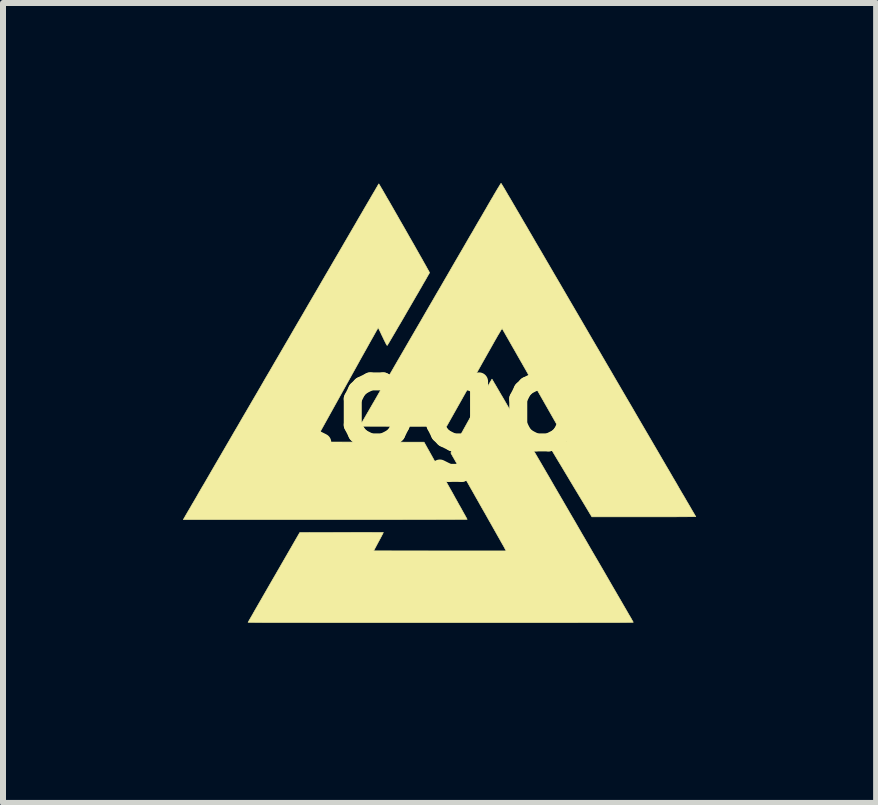
<source format=kicad_pcb>
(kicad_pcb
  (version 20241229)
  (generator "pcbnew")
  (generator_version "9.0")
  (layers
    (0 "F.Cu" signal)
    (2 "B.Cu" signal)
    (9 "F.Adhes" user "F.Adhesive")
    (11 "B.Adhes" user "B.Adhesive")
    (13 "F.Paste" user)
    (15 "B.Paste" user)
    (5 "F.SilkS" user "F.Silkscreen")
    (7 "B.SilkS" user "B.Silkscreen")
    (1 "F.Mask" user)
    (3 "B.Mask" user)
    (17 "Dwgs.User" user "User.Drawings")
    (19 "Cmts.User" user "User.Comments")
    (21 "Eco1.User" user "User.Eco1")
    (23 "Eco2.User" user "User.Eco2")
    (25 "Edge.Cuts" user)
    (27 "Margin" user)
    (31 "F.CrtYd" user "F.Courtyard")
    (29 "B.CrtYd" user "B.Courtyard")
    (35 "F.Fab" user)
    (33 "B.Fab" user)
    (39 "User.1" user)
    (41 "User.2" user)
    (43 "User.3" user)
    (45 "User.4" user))
  (footprint "logo"
    (layer "F.Cu")
    (at 4.207 3.632)
    (property "Reference" "logo" (at 0 0 0) (layer "F.SilkS") (effects (font (size 1.524 1.524) (thickness 0.3))))
    (attr through_hole)
    (fp_poly (pts (xy -0.942 -3.615) (xy -0.935 -3.602) (xy -0.923 -3.583) (xy -0.907 -3.555) (xy -0.887 -3.522) (xy -0.864 -3.482) (xy -0.838 -3.437) (xy -0.809 -3.386) (xy -0.777 -3.332) (xy -0.743 -3.273) (xy -0.708 -3.212) (xy -0.671 -3.147) (xy -0.633 -3.081) (xy -0.594 -3.012) (xy -0.554 -2.943) (xy -0.514 -2.873) (xy -0.474 -2.803) (xy -0.435 -2.734) (xy -0.396 -2.666) (xy -0.358 -2.6) (xy -0.322 -2.536) (xy -0.287 -2.474) (xy -0.254 -2.416) (xy -0.223 -2.362) (xy -0.196 -2.313) (xy -0.171 -2.269) (xy -0.149 -2.23) (xy -0.131 -2.197) (xy -0.116 -2.171) (xy -0.106 -2.152) (xy -0.101 -2.141) (xy -0.099 -2.139) (xy -0.102 -2.134) (xy -0.109 -2.12) (xy -0.121 -2.1) (xy -0.137 -2.072) (xy -0.156 -2.038) (xy -0.179 -1.998) (xy -0.205 -1.954) (xy -0.233 -1.904) (xy -0.264 -1.851) (xy -0.296 -1.795) (xy -0.331 -1.736) (xy -0.366 -1.675) (xy -0.402 -1.613) (xy -0.439 -1.549) (xy -0.476 -1.486) (xy -0.512 -1.423) (xy -0.548 -1.361) (xy -0.583 -1.301) (xy -0.617 -1.244) (xy -0.649 -1.189) (xy -0.679 -1.137) (xy -0.707 -1.09) (xy -0.732 -1.047) (xy -0.754 -1.01) (xy -0.772 -0.979) (xy -0.787 -0.955) (xy -0.797 -0.937) (xy -0.803 -0.928) (xy -0.805 -0.926) (xy -0.807 -0.927) (xy -0.812 -0.933) (xy -0.819 -0.944) (xy -0.829 -0.963) (xy -0.842 -0.989) (xy -0.859 -1.023) (xy -0.879 -1.065) (xy -0.881 -1.07) (xy -0.899 -1.106) (xy -0.914 -1.139) (xy -0.928 -1.168) (xy -0.94 -1.192) (xy -0.949 -1.21) (xy -0.954 -1.22) (xy -0.955 -1.222) (xy -0.958 -1.218) (xy -0.965 -1.205) (xy -0.977 -1.184) (xy -0.993 -1.156) (xy -1.013 -1.12) (xy -1.037 -1.077) (xy -1.065 -1.028) (xy -1.096 -0.973) (xy -1.129 -0.913) (xy -1.166 -0.847) (xy -1.206 -0.776) (xy -1.248 -0.701) (xy -1.292 -0.621) (xy -1.338 -0.538) (xy -1.386 -0.452) (xy -1.435 -0.363) (xy -1.486 -0.272) (xy -1.487 -0.27) (xy -2.016 0.683) (xy -0.191 0.686) (xy 0.168 1.327) (xy 0.209 1.401) (xy 0.25 1.474) (xy 0.289 1.543) (xy 0.325 1.609) (xy 0.36 1.671) (xy 0.392 1.729) (xy 0.422 1.781) (xy 0.448 1.829) (xy 0.471 1.87) (xy 0.491 1.905) (xy 0.506 1.933) (xy 0.518 1.954) (xy 0.525 1.967) (xy 0.527 1.972) (xy 0.523 1.972) (xy 0.508 1.972) (xy 0.483 1.973) (xy 0.45 1.973) (xy 0.407 1.973) (xy 0.355 1.973) (xy 0.295 1.974) (xy 0.226 1.974) (xy 0.15 1.974) (xy 0.065 1.974) (xy -0.027 1.975) (xy -0.126 1.975) (xy -0.231 1.975) (xy -0.344 1.975) (xy -0.463 1.975) (xy -0.588 1.976) (xy -0.719 1.976) (xy -0.856 1.976) (xy -0.998 1.976) (xy -1.145 1.976) (xy -1.297 1.976) (xy -1.454 1.976) (xy -1.614 1.976) (xy -1.779 1.976) (xy -1.836 1.976) (xy -4.202 1.976) (xy -4.187 1.949) (xy -4.182 1.941) (xy -4.173 1.925) (xy -4.159 1.9) (xy -4.14 1.868) (xy -4.117 1.828) (xy -4.089 1.781) (xy -4.058 1.727) (xy -4.022 1.666) (xy -3.983 1.599) (xy -3.941 1.525) (xy -3.895 1.446) (xy -3.845 1.362) (xy -3.793 1.272) (xy -3.738 1.177) (xy -3.68 1.077) (xy -3.62 0.974) (xy -3.557 0.866) (xy -3.492 0.754) (xy -3.425 0.639) (xy -3.356 0.52) (xy -3.285 0.399) (xy -3.213 0.274) (xy -3.139 0.148) (xy -3.064 0.019) (xy -2.988 -0.111) (xy -2.911 -0.243) (xy -2.834 -0.377) (xy -2.755 -0.511) (xy -2.677 -0.646) (xy -2.598 -0.781) (xy -2.519 -0.917) (xy -2.44 -1.052) (xy -2.362 -1.187) (xy -2.284 -1.321) (xy -2.206 -1.454) (xy -2.13 -1.586) (xy -2.054 -1.716) (xy -1.979 -1.844) (xy -1.906 -1.97) (xy -1.834 -2.094) (xy -1.763 -2.215) (xy -1.695 -2.332) (xy -1.628 -2.447) (xy -1.563 -2.558) (xy -1.501 -2.665) (xy -1.441 -2.768) (xy -1.384 -2.866) (xy -1.329 -2.96) (xy -1.278 -3.049) (xy -1.229 -3.132) (xy -1.184 -3.21) (xy -1.142 -3.282) (xy -1.103 -3.348) (xy -1.069 -3.407) (xy -1.038 -3.46) (xy -1.011 -3.505) (xy -0.989 -3.544) (xy -0.971 -3.574) (xy -0.958 -3.597) (xy -0.949 -3.612) (xy -0.945 -3.618) (xy -0.945 -3.618) (xy -0.942 -3.615)) (stroke (width 0.01) (type solid)) (fill yes) (layer "F.SilkS"))
    (fp_poly (pts (xy 0.944 -0.36) (xy 0.951 -0.347) (xy 0.964 -0.326) (xy 0.98 -0.297) (xy 1.002 -0.261) (xy 1.027 -0.218) (xy 1.056 -0.168) (xy 1.089 -0.111) (xy 1.126 -0.049) (xy 1.166 0.02) (xy 1.209 0.094) (xy 1.255 0.173) (xy 1.303 0.257) (xy 1.355 0.345) (xy 1.409 0.437) (xy 1.464 0.533) (xy 1.522 0.633) (xy 1.582 0.735) (xy 1.643 0.841) (xy 1.706 0.949) (xy 1.77 1.058) (xy 1.835 1.17) (xy 1.901 1.283) (xy 1.967 1.398) (xy 2.034 1.513) (xy 2.101 1.628) (xy 2.168 1.743) (xy 2.235 1.859) (xy 2.302 1.973) (xy 2.368 2.087) (xy 2.433 2.2) (xy 2.498 2.311) (xy 2.561 2.42) (xy 2.623 2.527) (xy 2.684 2.631) (xy 2.743 2.732) (xy 2.8 2.83) (xy 2.855 2.925) (xy 2.907 3.015) (xy 2.957 3.102) (xy 3.005 3.184) (xy 3.049 3.26) (xy 3.091 3.332) (xy 3.129 3.398) (xy 3.164 3.458) (xy 3.195 3.512) (xy 3.222 3.559) (xy 3.246 3.599) (xy 3.265 3.632) (xy 3.279 3.658) (xy 3.289 3.675) (xy 3.295 3.685) (xy 3.295 3.686) (xy 3.294 3.687) (xy 3.291 3.687) (xy 3.285 3.688) (xy 3.276 3.688) (xy 3.264 3.688) (xy 3.249 3.689) (xy 3.23 3.689) (xy 3.207 3.689) (xy 3.181 3.69) (xy 3.15 3.69) (xy 3.115 3.69) (xy 3.075 3.691) (xy 3.031 3.691) (xy 2.981 3.691) (xy 2.926 3.691) (xy 2.866 3.691) (xy 2.799 3.692) (xy 2.727 3.692) (xy 2.649 3.692) (xy 2.565 3.692) (xy 2.473 3.692) (xy 2.376 3.692) (xy 2.271 3.693) (xy 2.158 3.693) (xy 2.039 3.693) (xy 1.911 3.693) (xy 1.776 3.693) (xy 1.633 3.693) (xy 1.481 3.693) (xy 1.321 3.693) (xy 1.152 3.693) (xy 0.974 3.693) (xy 0.787 3.693) (xy 0.59 3.693) (xy 0.384 3.693) (xy 0.168 3.693) (xy 0.086 3.693) (xy -0.137 3.693) (xy -0.351 3.693) (xy -0.554 3.693) (xy -0.749 3.693) (xy -0.933 3.693) (xy -1.109 3.693) (xy -1.276 3.693) (xy -1.434 3.693) (xy -1.583 3.693) (xy -1.724 3.693) (xy -1.857 3.693) (xy -1.982 3.693) (xy -2.099 3.692) (xy -2.209 3.692) (xy -2.311 3.692) (xy -2.406 3.692) (xy -2.494 3.692) (xy -2.576 3.692) (xy -2.651 3.691) (xy -2.719 3.691) (xy -2.781 3.691) (xy -2.838 3.691) (xy -2.888 3.691) (xy -2.933 3.69) (xy -2.973 3.69) (xy -3.008 3.69) (xy -3.037 3.689) (xy -3.062 3.689) (xy -3.082 3.689) (xy -3.098 3.688) (xy -3.11 3.688) (xy -3.118 3.688) (xy -3.122 3.687) (xy -3.123 3.687) (xy -3.12 3.682) (xy -3.112 3.668) (xy -3.1 3.647) (xy -3.084 3.619) (xy -3.063 3.583) (xy -3.039 3.541) (xy -3.012 3.493) (xy -2.981 3.439) (xy -2.947 3.38) (xy -2.91 3.316) (xy -2.871 3.248) (xy -2.83 3.177) (xy -2.787 3.102) (xy -2.742 3.024) (xy -2.696 2.944) (xy -2.691 2.936) (xy -2.262 2.192) (xy -1.565 2.191) (xy -1.482 2.191) (xy -1.402 2.19) (xy -1.325 2.19) (xy -1.252 2.19) (xy -1.183 2.19) (xy -1.12 2.19) (xy -1.063 2.19) (xy -1.011 2.191) (xy -0.967 2.191) (xy -0.93 2.191) (xy -0.902 2.191) (xy -0.881 2.191) (xy -0.871 2.191) (xy -0.869 2.191) (xy -0.871 2.196) (xy -0.878 2.209) (xy -0.888 2.229) (xy -0.901 2.254) (xy -0.917 2.284) (xy -0.935 2.318) (xy -0.95 2.345) (xy -1.031 2.497) (xy 0.072 2.498) (xy 0.177 2.498) (xy 0.28 2.498) (xy 0.379 2.498) (xy 0.475 2.498) (xy 0.566 2.498) (xy 0.653 2.498) (xy 0.735 2.498) (xy 0.812 2.498) (xy 0.882 2.498) (xy 0.946 2.498) (xy 1.004 2.498) (xy 1.054 2.498) (xy 1.096 2.498) (xy 1.13 2.498) (xy 1.155 2.498) (xy 1.171 2.498) (xy 1.177 2.497) (xy 1.177 2.497) (xy 1.175 2.493) (xy 1.168 2.48) (xy 1.156 2.459) (xy 1.141 2.43) (xy 1.121 2.395) (xy 1.097 2.353) (xy 1.07 2.304) (xy 1.039 2.25) (xy 1.006 2.191) (xy 0.969 2.126) (xy 0.931 2.058) (xy 0.889 1.985) (xy 0.846 1.908) (xy 0.801 1.829) (xy 0.754 1.747) (xy 0.719 1.684) (xy 0.671 1.6) (xy 0.625 1.518) (xy 0.58 1.439) (xy 0.537 1.363) (xy 0.496 1.291) (xy 0.458 1.223) (xy 0.422 1.16) (xy 0.388 1.101) (xy 0.358 1.048) (xy 0.332 1.001) (xy 0.309 0.96) (xy 0.289 0.926) (xy 0.274 0.899) (xy 0.263 0.88) (xy 0.257 0.868) (xy 0.256 0.865) (xy 0.258 0.86) (xy 0.264 0.847) (xy 0.275 0.826) (xy 0.29 0.798) (xy 0.309 0.764) (xy 0.331 0.724) (xy 0.356 0.679) (xy 0.383 0.629) (xy 0.412 0.576) (xy 0.444 0.519) (xy 0.477 0.459) (xy 0.511 0.398) (xy 0.546 0.335) (xy 0.581 0.271) (xy 0.617 0.207) (xy 0.653 0.144) (xy 0.688 0.081) (xy 0.722 0.02) (xy 0.754 -0.038) (xy 0.786 -0.094) (xy 0.815 -0.146) (xy 0.842 -0.194) (xy 0.867 -0.238) (xy 0.889 -0.276) (xy 0.907 -0.308) (xy 0.922 -0.333) (xy 0.933 -0.352) (xy 0.939 -0.362) (xy 0.941 -0.364) (xy 0.944 -0.36)) (stroke (width 0.01) (type solid)) (fill yes) (layer "F.SilkS"))
    (fp_poly (pts (xy 1.092 -3.627) (xy 1.092 -3.627) (xy 1.093 -3.626) (xy 1.094 -3.625) (xy 1.095 -3.623) (xy 1.097 -3.621) (xy 1.1 -3.617) (xy 1.103 -3.611) (xy 1.107 -3.604) (xy 1.112 -3.596) (xy 1.119 -3.585) (xy 1.126 -3.573) (xy 1.135 -3.558) (xy 1.146 -3.54) (xy 1.158 -3.52) (xy 1.171 -3.497) (xy 1.187 -3.47) (xy 1.204 -3.44) (xy 1.224 -3.407) (xy 1.246 -3.37) (xy 1.27 -3.329) (xy 1.296 -3.284) (xy 1.325 -3.235) (xy 1.356 -3.181) (xy 1.391 -3.122) (xy 1.428 -3.058) (xy 1.468 -2.989) (xy 1.512 -2.915) (xy 1.558 -2.835) (xy 1.608 -2.75) (xy 1.661 -2.658) (xy 1.718 -2.561) (xy 1.779 -2.457) (xy 1.843 -2.347) (xy 1.912 -2.229) (xy 1.984 -2.105) (xy 2.061 -1.974) (xy 2.142 -1.835) (xy 2.227 -1.689) (xy 2.317 -1.535) (xy 2.411 -1.374) (xy 2.51 -1.204) (xy 2.614 -1.025) (xy 2.723 -0.839) (xy 2.744 -0.803) (xy 2.834 -0.648) (xy 2.923 -0.496) (xy 3.01 -0.346) (xy 3.096 -0.199) (xy 3.18 -0.055) (xy 3.263 0.086) (xy 3.343 0.224) (xy 3.421 0.358) (xy 3.497 0.488) (xy 3.571 0.614) (xy 3.642 0.736) (xy 3.711 0.854) (xy 3.776 0.966) (xy 3.839 1.074) (xy 3.899 1.176) (xy 3.955 1.273) (xy 4.009 1.364) (xy 4.058 1.45) (xy 4.104 1.529) (xy 4.147 1.601) (xy 4.185 1.667) (xy 4.22 1.726) (xy 4.25 1.778) (xy 4.276 1.823) (xy 4.298 1.86) (xy 4.315 1.889) (xy 4.327 1.91) (xy 4.334 1.922) (xy 4.337 1.927) (xy 4.332 1.927) (xy 4.318 1.927) (xy 4.294 1.928) (xy 4.262 1.928) (xy 4.222 1.928) (xy 4.174 1.929) (xy 4.119 1.929) (xy 4.058 1.929) (xy 3.99 1.93) (xy 3.918 1.93) (xy 3.84 1.93) (xy 3.758 1.93) (xy 3.671 1.93) (xy 3.582 1.93) (xy 3.489 1.93) (xy 3.473 1.93) (xy 2.606 1.93) (xy 2.599 1.919) (xy 2.595 1.913) (xy 2.586 1.898) (xy 2.573 1.877) (xy 2.556 1.848) (xy 2.535 1.813) (xy 2.511 1.773) (xy 2.484 1.728) (xy 2.454 1.678) (xy 2.422 1.625) (xy 2.388 1.569) (xy 2.352 1.509) (xy 2.315 1.448) (xy 2.278 1.386) (xy 2.24 1.323) (xy 2.202 1.259) (xy 2.164 1.196) (xy 2.127 1.134) (xy 2.091 1.074) (xy 2.056 1.016) (xy 2.022 0.96) (xy 1.991 0.908) (xy 1.963 0.861) (xy 1.937 0.817) (xy 1.914 0.779) (xy 1.894 0.747) (xy 1.879 0.721) (xy 1.868 0.702) (xy 1.861 0.691) (xy 1.859 0.688) (xy 1.864 0.687) (xy 1.878 0.687) (xy 1.9 0.686) (xy 1.928 0.686) (xy 1.961 0.685) (xy 1.999 0.685) (xy 2.023 0.685) (xy 2.188 0.683) (xy 1.653 -0.257) (xy 1.602 -0.347) (xy 1.551 -0.435) (xy 1.503 -0.521) (xy 1.456 -0.603) (xy 1.411 -0.682) (xy 1.368 -0.757) (xy 1.328 -0.828) (xy 1.29 -0.894) (xy 1.255 -0.955) (xy 1.224 -1.01) (xy 1.196 -1.059) (xy 1.171 -1.102) (xy 1.151 -1.138) (xy 1.134 -1.167) (xy 1.122 -1.188) (xy 1.114 -1.201) (xy 1.112 -1.205) (xy 1.11 -1.206) (xy 1.108 -1.204) (xy 1.105 -1.201) (xy 1.101 -1.195) (xy 1.095 -1.187) (xy 1.087 -1.175) (xy 1.078 -1.159) (xy 1.067 -1.14) (xy 1.053 -1.117) (xy 1.036 -1.089) (xy 1.017 -1.055) (xy 0.995 -1.017) (xy 0.97 -0.973) (xy 0.942 -0.923) (xy 0.91 -0.866) (xy 0.874 -0.803) (xy 0.834 -0.732) (xy 0.79 -0.654) (xy 0.742 -0.568) (xy 0.689 -0.474) (xy 0.645 -0.396) (xy 0.185 0.421) (xy -0.538 0.422) (xy -0.641 0.422) (xy -0.734 0.422) (xy -0.819 0.421) (xy -0.894 0.421) (xy -0.961 0.421) (xy -1.02 0.421) (xy -1.071 0.421) (xy -1.115 0.42) (xy -1.152 0.42) (xy -1.183 0.42) (xy -1.208 0.419) (xy -1.227 0.418) (xy -1.242 0.418) (xy -1.251 0.417) (xy -1.257 0.416) (xy -1.258 0.415) (xy -1.258 0.415) (xy -1.256 0.41) (xy -1.248 0.397) (xy -1.236 0.375) (xy -1.219 0.346) (xy -1.198 0.31) (xy -1.172 0.266) (xy -1.143 0.215) (xy -1.11 0.159) (xy -1.074 0.096) (xy -1.034 0.027) (xy -0.991 -0.047) (xy -0.946 -0.126) (xy -0.897 -0.21) (xy -0.846 -0.298) (xy -0.793 -0.39) (xy -0.737 -0.485) (xy -0.68 -0.584) (xy -0.621 -0.686) (xy -0.56 -0.791) (xy -0.498 -0.898) (xy -0.435 -1.007) (xy -0.371 -1.117) (xy -0.306 -1.229) (xy -0.24 -1.342) (xy -0.175 -1.455) (xy -0.109 -1.569) (xy -0.043 -1.682) (xy 0.022 -1.795) (xy 0.088 -1.907) (xy 0.152 -2.018) (xy 0.216 -2.128) (xy 0.278 -2.236) (xy 0.339 -2.341) (xy 0.399 -2.444) (xy 0.458 -2.545) (xy 0.514 -2.642) (xy 0.568 -2.736) (xy 0.621 -2.825) (xy 0.67 -2.911) (xy 0.717 -2.992) (xy 0.762 -3.068) (xy 0.803 -3.139) (xy 0.841 -3.204) (xy 0.875 -3.264) (xy 0.906 -3.317) (xy 0.933 -3.364) (xy 0.957 -3.403) (xy 0.975 -3.436) (xy 0.99 -3.46) (xy 1 -3.477) (xy 1.002 -3.481) (xy 1.023 -3.516) (xy 1.042 -3.548) (xy 1.059 -3.575) (xy 1.073 -3.598) (xy 1.083 -3.615) (xy 1.09 -3.625) (xy 1.092 -3.627) (xy 1.092 -3.627)) (stroke (width 0.01) (type solid)) (fill yes) (layer "F.SilkS")))
  (gr_rect
    (start -3 -3)
    (end 11.549 10.33)
    (stroke (width 0.1) (type default))
    (fill no)
    (layer "Edge.Cuts")))
</source>
